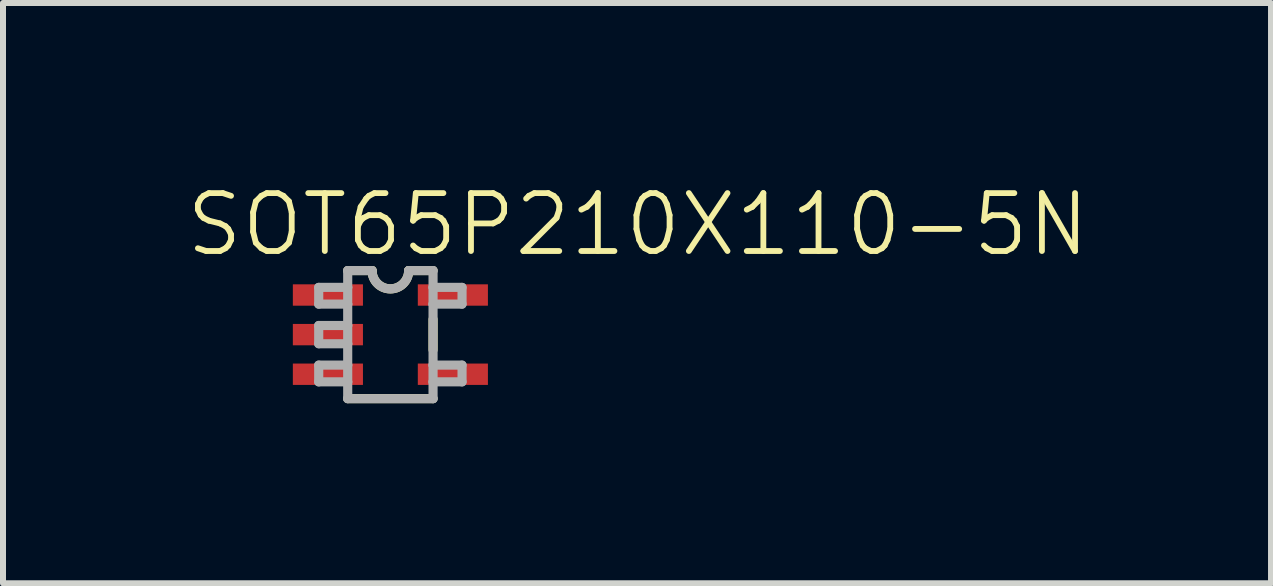
<source format=kicad_pcb>
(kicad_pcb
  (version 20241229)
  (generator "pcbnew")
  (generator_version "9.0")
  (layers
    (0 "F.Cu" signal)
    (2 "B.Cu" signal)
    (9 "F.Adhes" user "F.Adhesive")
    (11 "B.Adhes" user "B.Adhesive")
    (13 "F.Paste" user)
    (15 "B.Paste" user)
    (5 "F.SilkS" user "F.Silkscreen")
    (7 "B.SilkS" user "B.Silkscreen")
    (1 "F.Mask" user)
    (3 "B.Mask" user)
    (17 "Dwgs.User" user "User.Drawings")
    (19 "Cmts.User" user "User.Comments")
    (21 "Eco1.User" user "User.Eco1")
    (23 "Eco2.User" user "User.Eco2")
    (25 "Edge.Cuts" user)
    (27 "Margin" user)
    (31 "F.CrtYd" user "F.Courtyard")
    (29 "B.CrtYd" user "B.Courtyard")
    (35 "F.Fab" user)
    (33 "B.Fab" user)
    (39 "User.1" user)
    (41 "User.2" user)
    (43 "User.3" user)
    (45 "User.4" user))
  (footprint "SOT65P210X110-5N"
    (layer "F.Cu")
    (at 3.454 2.525)
    (property "Reference" "SOT65P210X110-5N" (at -3.454 -1.27 0) (layer "F.SilkS") (effects (font (size 0.965 0.965) (thickness 0.097)) (justify left bottom)))
    (attr through_hole)
    (fp_line (start -0.711 1.067) (end 0.711 1.067) (stroke (width 0.152) (type solid)) (layer "F.SilkS"))
    (fp_line (start -0.305 -1.067) (end -0.711 -1.067) (stroke (width 0.152) (type solid)) (layer "F.SilkS"))
    (fp_line (start 0.711 -1.067) (end 0.305 -1.067) (stroke (width 0.152) (type solid)) (layer "F.SilkS"))
    (fp_line (start 0.711 0.254) (end 0.711 -0.254) (stroke (width 0.152) (type solid)) (layer "F.SilkS"))
    (fp_arc (start 0.3048 -1.0668) (mid 0 -0.762) (end -0.3048 -1.0668) (stroke (width 0.1524) (type solid)) (layer "F.SilkS"))
    (fp_line (start -1.194 -0.787) (end -1.194 -0.508) (stroke (width 0.152) (type solid)) (layer "F.Fab"))
    (fp_line (start -1.194 -0.508) (end -0.711 -0.508) (stroke (width 0.152) (type solid)) (layer "F.Fab"))
    (fp_line (start -1.194 -0.152) (end -1.194 0.152) (stroke (width 0.152) (type solid)) (layer "F.Fab"))
    (fp_line (start -1.194 0.152) (end -0.711 0.152) (stroke (width 0.152) (type solid)) (layer "F.Fab"))
    (fp_line (start -1.194 0.508) (end -1.194 0.787) (stroke (width 0.152) (type solid)) (layer "F.Fab"))
    (fp_line (start -1.194 0.787) (end -0.711 0.787) (stroke (width 0.152) (type solid)) (layer "F.Fab"))
    (fp_line (start -0.711 -1.067) (end -0.711 -0.787) (stroke (width 0.152) (type solid)) (layer "F.Fab"))
    (fp_line (start -0.711 -0.787) (end -1.194 -0.787) (stroke (width 0.152) (type solid)) (layer "F.Fab"))
    (fp_line (start -0.711 -0.787) (end -0.711 -0.508) (stroke (width 0.152) (type solid)) (layer "F.Fab"))
    (fp_line (start -0.711 -0.508) (end -0.711 -0.152) (stroke (width 0.152) (type solid)) (layer "F.Fab"))
    (fp_line (start -0.711 -0.152) (end -1.194 -0.152) (stroke (width 0.152) (type solid)) (layer "F.Fab"))
    (fp_line (start -0.711 -0.152) (end -0.711 0.152) (stroke (width 0.152) (type solid)) (layer "F.Fab"))
    (fp_line (start -0.711 0.152) (end -0.711 0.508) (stroke (width 0.152) (type solid)) (layer "F.Fab"))
    (fp_line (start -0.711 0.508) (end -1.194 0.508) (stroke (width 0.152) (type solid)) (layer "F.Fab"))
    (fp_line (start -0.711 0.787) (end -0.711 0.508) (stroke (width 0.152) (type solid)) (layer "F.Fab"))
    (fp_line (start -0.711 1.067) (end -0.711 0.787) (stroke (width 0.152) (type solid)) (layer "F.Fab"))
    (fp_line (start -0.711 1.067) (end 0.711 1.067) (stroke (width 0.152) (type solid)) (layer "F.Fab"))
    (fp_line (start -0.305 -1.067) (end -0.711 -1.067) (stroke (width 0.152) (type solid)) (layer "F.Fab"))
    (fp_line (start 0.711 -1.067) (end 0.305 -1.067) (stroke (width 0.152) (type solid)) (layer "F.Fab"))
    (fp_line (start 0.711 -1.067) (end 0.711 -0.787) (stroke (width 0.152) (type solid)) (layer "F.Fab"))
    (fp_line (start 0.711 -0.787) (end 0.711 -0.508) (stroke (width 0.152) (type solid)) (layer "F.Fab"))
    (fp_line (start 0.711 -0.508) (end 1.194 -0.508) (stroke (width 0.152) (type solid)) (layer "F.Fab"))
    (fp_line (start 0.711 0.508) (end 0.711 -0.508) (stroke (width 0.152) (type solid)) (layer "F.Fab"))
    (fp_line (start 0.711 0.787) (end 0.711 0.508) (stroke (width 0.152) (type solid)) (layer "F.Fab"))
    (fp_line (start 0.711 0.787) (end 1.194 0.787) (stroke (width 0.152) (type solid)) (layer "F.Fab"))
    (fp_line (start 0.711 1.067) (end 0.711 0.787) (stroke (width 0.152) (type solid)) (layer "F.Fab"))
    (fp_line (start 1.194 -0.787) (end 0.711 -0.787) (stroke (width 0.152) (type solid)) (layer "F.Fab"))
    (fp_line (start 1.194 -0.508) (end 1.194 -0.787) (stroke (width 0.152) (type solid)) (layer "F.Fab"))
    (fp_line (start 1.194 0.508) (end 0.711 0.508) (stroke (width 0.152) (type solid)) (layer "F.Fab"))
    (fp_line (start 1.194 0.787) (end 1.194 0.508) (stroke (width 0.152) (type solid)) (layer "F.Fab"))
    (fp_arc (start 0.3048 -1.0668) (mid 0 -0.762) (end -0.3048 -1.0668) (stroke (width 0.1524) (type solid)) (layer "F.Fab"))
    (pad "1" smd rect (at -1.041 -0.66) (size 1.168 0.356) (layers "F.Cu" "F.Mask" "F.Paste"))
    (pad "2" smd rect (at -1.041 0) (size 1.168 0.356) (layers "F.Cu" "F.Mask" "F.Paste"))
    (pad "3" smd rect (at -1.041 0.66) (size 1.168 0.356) (layers "F.Cu" "F.Mask" "F.Paste"))
    (pad "4" smd rect (at 1.041 0.66) (size 1.168 0.356) (layers "F.Cu" "F.Mask" "F.Paste"))
    (pad "5" smd rect (at 1.041 -0.66) (size 1.168 0.356) (layers "F.Cu" "F.Mask" "F.Paste")))
  (gr_rect
    (start -3 -3)
    (end 18.126 6.668)
    (stroke (width 0.1) (type default))
    (fill no)
    (layer "Edge.Cuts")))
</source>
